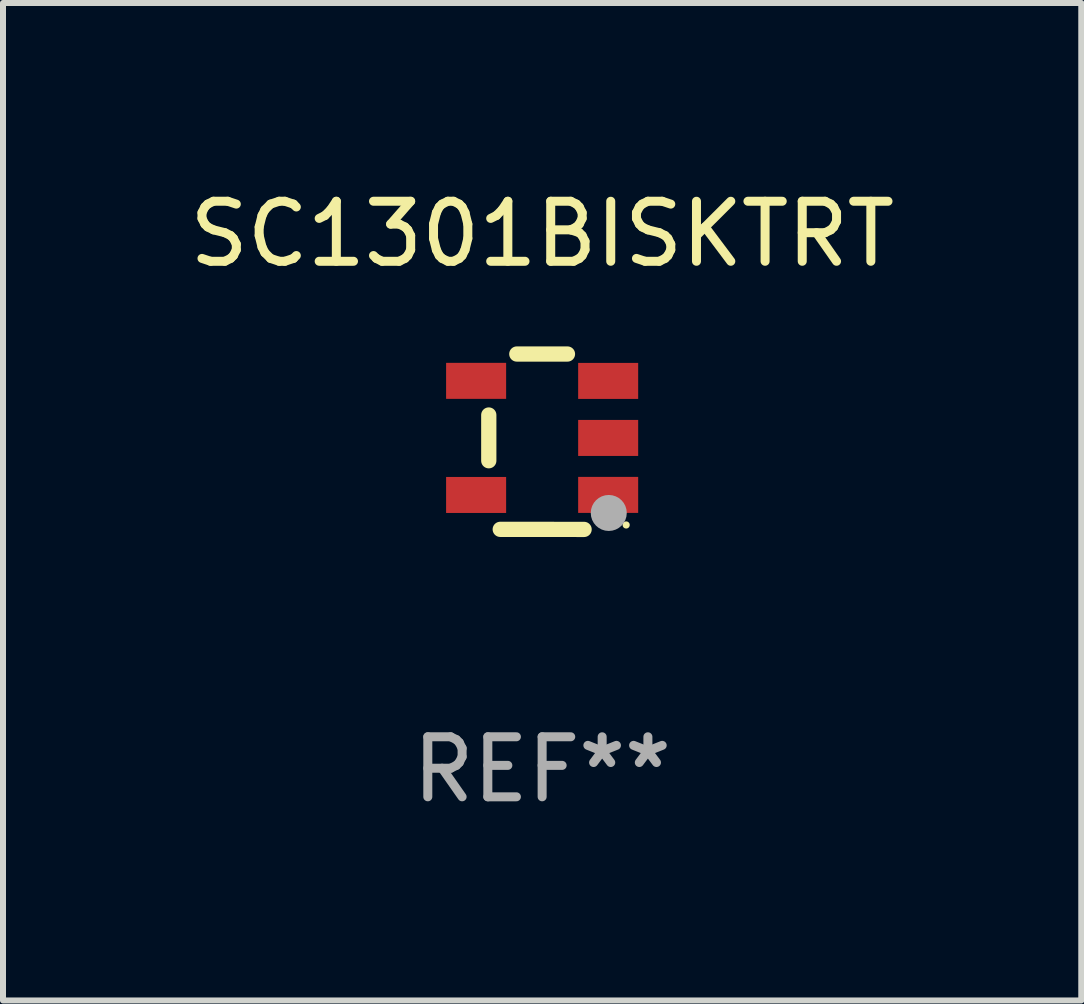
<source format=kicad_pcb>
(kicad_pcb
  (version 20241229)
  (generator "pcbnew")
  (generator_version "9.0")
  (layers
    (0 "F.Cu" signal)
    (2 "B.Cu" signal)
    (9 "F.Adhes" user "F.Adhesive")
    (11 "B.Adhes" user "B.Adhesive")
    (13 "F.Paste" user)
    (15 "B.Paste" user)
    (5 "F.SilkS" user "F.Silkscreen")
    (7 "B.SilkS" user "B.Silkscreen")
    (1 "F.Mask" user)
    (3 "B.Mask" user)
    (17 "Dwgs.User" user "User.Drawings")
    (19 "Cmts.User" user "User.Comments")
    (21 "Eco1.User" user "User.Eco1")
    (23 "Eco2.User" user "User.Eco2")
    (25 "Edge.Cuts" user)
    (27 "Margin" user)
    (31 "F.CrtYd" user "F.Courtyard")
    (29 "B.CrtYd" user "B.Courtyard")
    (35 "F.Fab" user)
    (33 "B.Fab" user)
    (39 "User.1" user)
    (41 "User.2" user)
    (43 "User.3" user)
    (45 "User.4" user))
  (footprint "SC1301BISKTRT"
    (layer "F.Cu")
    (at 5.982 4.309)
    (property "Reference" "SC1301BISKTRT" (at 0 -3.461 0) (layer "F.SilkS") (effects (font (size 1 1) (thickness 0.15))))
    (attr through_hole)
    (fp_line (start -0.889 0.317) (end -0.889 -0.445) (stroke (width 0.254) (type solid)) (layer "F.SilkS"))
    (fp_line (start -0.698 1.46) (end 0.699 1.461) (stroke (width 0.254) (type solid)) (layer "F.SilkS"))
    (fp_line (start -0.422 -1.461) (end 0.422 -1.461) (stroke (width 0.254) (type solid)) (layer "F.SilkS"))
    (fp_circle (center 1.4 1.387) (end 1.43 1.387) (stroke (width 0.06) (type solid)) (fill no) (layer "F.SilkS"))
    (fp_circle (center 1.11 1.187) (end 1.26 1.187) (stroke (width 0.3) (type solid)) (fill no) (layer "F.Fab"))
    (fp_text user "REF**" (at 0 5.461 0) (layer "F.Fab") (effects (font (size 1 1) (thickness 0.15))))
    (pad "1" smd rect (at 1.1 0.886 90) (size 0.6 1) (layers "F.Cu" "F.Mask" "F.Paste"))
    (pad "2" smd rect (at 1.1 -0.063 90) (size 0.6 1) (layers "F.Cu" "F.Mask" "F.Paste"))
    (pad "3" smd rect (at 1.1 -1.013 90) (size 0.6 1) (layers "F.Cu" "F.Mask" "F.Paste"))
    (pad "4" smd rect (at -1.1 -1.014 90) (size 0.6 1) (layers "F.Cu" "F.Mask" "F.Paste"))
    (pad "5" smd rect (at -1.1 0.887 90) (size 0.6 1) (layers "F.Cu" "F.Mask" "F.Paste")))
  (gr_rect
    (start -3 -3)
    (end 14.964 13.618)
    (stroke (width 0.1) (type default))
    (fill no)
    (layer "Edge.Cuts")))
</source>
